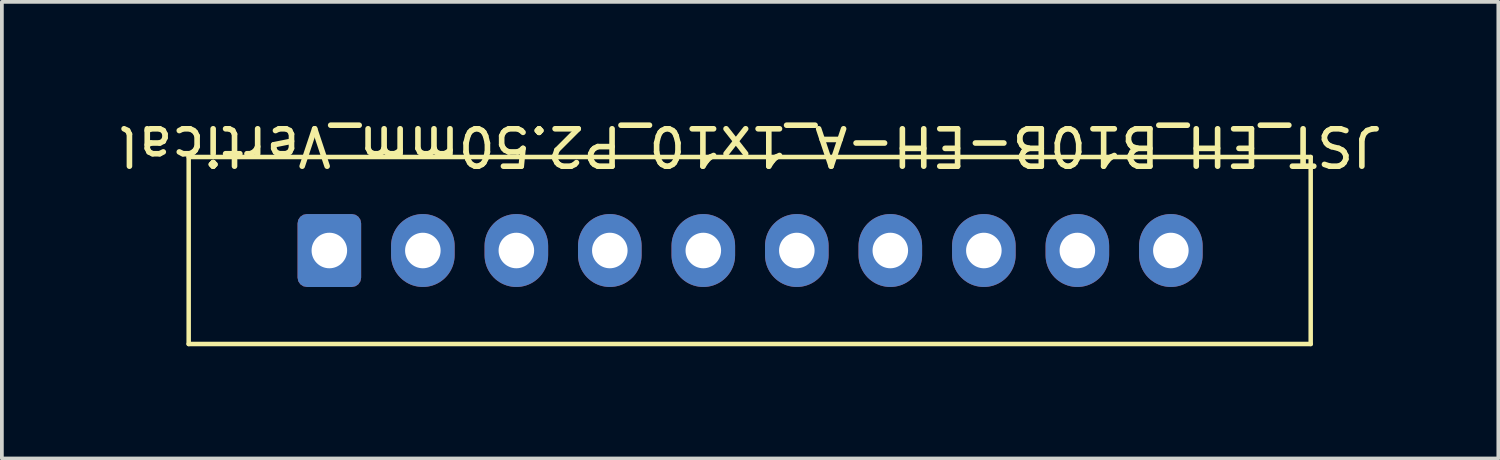
<source format=kicad_pcb>
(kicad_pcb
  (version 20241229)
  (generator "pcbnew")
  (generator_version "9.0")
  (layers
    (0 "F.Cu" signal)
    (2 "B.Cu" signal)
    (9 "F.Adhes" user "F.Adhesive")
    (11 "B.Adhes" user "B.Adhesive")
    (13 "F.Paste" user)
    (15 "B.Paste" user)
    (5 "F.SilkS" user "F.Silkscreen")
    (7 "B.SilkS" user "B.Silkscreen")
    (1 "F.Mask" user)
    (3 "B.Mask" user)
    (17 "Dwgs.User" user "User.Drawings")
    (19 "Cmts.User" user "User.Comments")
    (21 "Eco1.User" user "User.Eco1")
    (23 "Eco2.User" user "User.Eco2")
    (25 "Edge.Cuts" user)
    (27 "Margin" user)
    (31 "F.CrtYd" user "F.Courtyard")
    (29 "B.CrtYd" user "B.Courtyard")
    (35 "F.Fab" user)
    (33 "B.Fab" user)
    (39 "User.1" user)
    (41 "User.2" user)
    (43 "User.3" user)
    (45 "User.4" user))
  (footprint "JST_EH_B10B-EH-A_1x10_P2.50mm_Vertical"
    (layer "F.Cu")
    (at 16.995 3.648)
    (property "Reference" "JST_EH_B10B-EH-A_1x10_P2.50mm_Vertical" (at 0.011 -2.8 180) (unlocked yes) (layer "F.SilkS") (effects (font (size 1 1) (thickness 0.15))))
    (attr through_hole)
    (fp_line (start -15 -2.5) (end -15 2.5) (stroke (width 0.12) (type solid)) (layer "F.SilkS"))
    (fp_line (start -15 -2.5) (end 15 -2.5) (stroke (width 0.12) (type solid)) (layer "F.SilkS"))
    (fp_line (start 15 -2.5) (end 15 2.5) (stroke (width 0.12) (type solid)) (layer "F.SilkS"))
    (fp_line (start 15 2.5) (end -15 2.5) (stroke (width 0.12) (type solid)) (layer "F.SilkS"))
    (pad "1" thru_hole roundrect (at -11.239 0) (size 1.7 1.95) (drill 0.95) (layers "*.Cu" "*.Mask") (roundrect_rratio 0.147))
    (pad "2" thru_hole oval (at -8.739 0) (size 1.7 1.95) (drill 0.95) (layers "*.Cu" "*.Mask"))
    (pad "3" thru_hole oval (at -6.239 0) (size 1.7 1.95) (drill 0.95) (layers "*.Cu" "*.Mask"))
    (pad "4" thru_hole oval (at -3.74 0) (size 1.7 1.95) (drill 0.95) (layers "*.Cu" "*.Mask"))
    (pad "5" thru_hole oval (at -1.24 0) (size 1.7 1.95) (drill 0.95) (layers "*.Cu" "*.Mask"))
    (pad "6" thru_hole oval (at 1.26 0) (size 1.7 1.95) (drill 0.95) (layers "*.Cu" "*.Mask"))
    (pad "7" thru_hole oval (at 3.76 0) (size 1.7 1.95) (drill 0.95) (layers "*.Cu" "*.Mask"))
    (pad "8" thru_hole oval (at 6.261 0) (size 1.7 1.95) (drill 0.95) (layers "*.Cu" "*.Mask"))
    (pad "9" thru_hole oval (at 8.761 0) (size 1.7 1.95) (drill 0.95) (layers "*.Cu" "*.Mask"))
    (pad "10" thru_hole oval (at 11.261 0) (size 1.7 1.95) (drill 0.95) (layers "*.Cu" "*.Mask")))
  (gr_rect
    (start -3 -3)
    (end 37.012 9.208)
    (stroke (width 0.1) (type default))
    (fill no)
    (layer "Edge.Cuts")))
</source>
